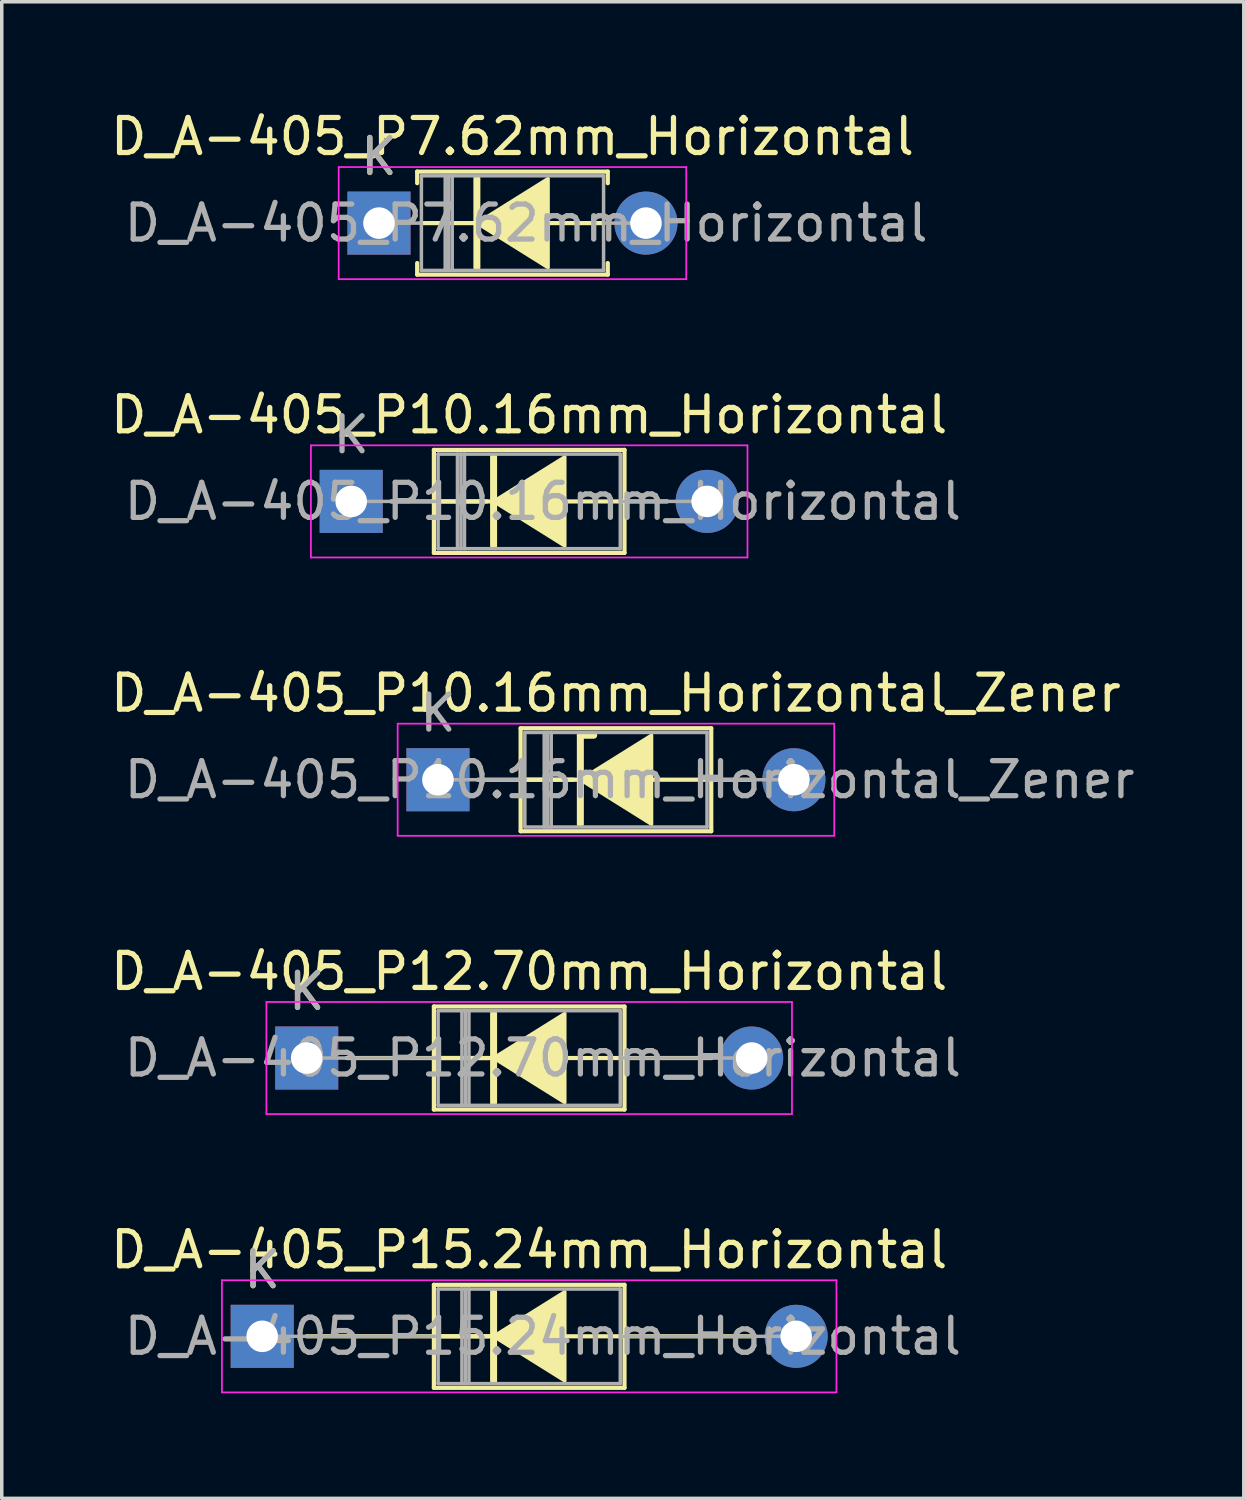
<source format=kicad_pcb>
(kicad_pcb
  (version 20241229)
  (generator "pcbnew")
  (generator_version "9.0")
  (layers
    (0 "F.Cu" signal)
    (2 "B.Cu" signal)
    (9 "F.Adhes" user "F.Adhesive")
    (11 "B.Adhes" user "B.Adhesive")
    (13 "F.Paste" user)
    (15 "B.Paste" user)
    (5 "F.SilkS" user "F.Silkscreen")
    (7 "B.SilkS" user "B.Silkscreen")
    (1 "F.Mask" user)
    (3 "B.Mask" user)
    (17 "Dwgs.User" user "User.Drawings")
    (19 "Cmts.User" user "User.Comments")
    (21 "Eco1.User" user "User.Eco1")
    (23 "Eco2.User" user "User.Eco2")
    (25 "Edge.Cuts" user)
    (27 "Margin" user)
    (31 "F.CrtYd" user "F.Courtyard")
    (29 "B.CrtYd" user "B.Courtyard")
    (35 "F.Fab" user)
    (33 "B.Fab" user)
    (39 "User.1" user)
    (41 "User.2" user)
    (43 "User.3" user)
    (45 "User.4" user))
  (footprint "D_A-405_P10.16mm_Horizontal_Zener"
    (layer "F.Cu")
    (at 9.45 19.205)
    (property "Reference" "D_A-405_P10.16mm_Horizontal_Zener" (at 5.08 -2.47 0) (layer "F.SilkS") (effects (font (size 1 1) (thickness 0.15))))
    (attr through_hole)
    (fp_line (start 1.14 0) (end 2.36 0) (stroke (width 0.12) (type solid)) (layer "F.SilkS"))
    (fp_line (start 2.36 -1.47) (end 2.36 1.47) (stroke (width 0.12) (type solid)) (layer "F.SilkS"))
    (fp_line (start 2.36 1.47) (end 7.8 1.47) (stroke (width 0.12) (type solid)) (layer "F.SilkS"))
    (fp_line (start 2.54 0) (end 4.064 0) (stroke (width 0.12) (type solid)) (layer "F.SilkS"))
    (fp_line (start 3.87 0) (end 2.36 0) (stroke (width 0.12) (type solid)) (layer "F.SilkS"))
    (fp_line (start 4.064 -1.27) (end 4.064 1.27) (stroke (width 0.2) (type solid)) (layer "F.SilkS"))
    (fp_line (start 4.064 -1.27) (end 4.445 -1.27) (stroke (width 0.2) (type solid)) (layer "F.SilkS"))
    (fp_line (start 7.8 -1.47) (end 2.36 -1.47) (stroke (width 0.12) (type solid)) (layer "F.SilkS"))
    (fp_line (start 7.8 0) (end 6.096 0) (stroke (width 0.12) (type solid)) (layer "F.SilkS"))
    (fp_line (start 7.8 1.47) (end 7.8 -1.47) (stroke (width 0.12) (type solid)) (layer "F.SilkS"))
    (fp_line (start 9.02 0) (end 7.8 0) (stroke (width 0.12) (type solid)) (layer "F.SilkS"))
    (fp_poly (pts (xy 6.096 1.27) (xy 4.064 0) (xy 6.096 -1.27)) (stroke (width 0.1) (type solid)) (fill yes) (layer "F.SilkS"))
    (fp_line (start -1.15 -1.6) (end -1.15 1.6) (stroke (width 0.05) (type solid)) (layer "F.CrtYd"))
    (fp_line (start -1.15 1.6) (end 11.31 1.6) (stroke (width 0.05) (type solid)) (layer "F.CrtYd"))
    (fp_line (start 11.31 -1.6) (end -1.15 -1.6) (stroke (width 0.05) (type solid)) (layer "F.CrtYd"))
    (fp_line (start 11.31 1.6) (end 11.31 -1.6) (stroke (width 0.05) (type solid)) (layer "F.CrtYd"))
    (fp_line (start 0 0) (end 2.48 0) (stroke (width 0.1) (type solid)) (layer "F.Fab"))
    (fp_line (start 2.48 -1.35) (end 2.48 1.35) (stroke (width 0.1) (type solid)) (layer "F.Fab"))
    (fp_line (start 2.48 1.35) (end 7.68 1.35) (stroke (width 0.1) (type solid)) (layer "F.Fab"))
    (fp_line (start 3.033 -1.35) (end 3.033 1.35) (stroke (width 0.1) (type solid)) (layer "F.Fab"))
    (fp_line (start 3.133 -1.35) (end 3.133 1.35) (stroke (width 0.1) (type solid)) (layer "F.Fab"))
    (fp_line (start 3.233 -1.35) (end 3.233 1.35) (stroke (width 0.1) (type solid)) (layer "F.Fab"))
    (fp_line (start 7.68 -1.35) (end 2.48 -1.35) (stroke (width 0.1) (type solid)) (layer "F.Fab"))
    (fp_line (start 7.68 1.35) (end 7.68 -1.35) (stroke (width 0.1) (type solid)) (layer "F.Fab"))
    (fp_line (start 10.16 0) (end 7.68 0) (stroke (width 0.1) (type solid)) (layer "F.Fab"))
    (fp_text user "${REFERENCE}" (at 5.47 0 0) (layer "F.Fab") (effects (font (size 1 1) (thickness 0.15))))
    (fp_text user "K" (at 0 -1.9 0) (layer "F.Fab") (effects (font (size 1 1) (thickness 0.15))))
    (pad "1" thru_hole rect (at 0 0) (size 1.8 1.8) (drill 0.9) (layers "*.Cu" "*.Mask"))
    (pad "2" thru_hole oval (at 10.16 0) (size 1.8 1.8) (drill 0.9) (layers "*.Cu" "*.Mask")))
  (footprint "D_A-405_P10.16mm_Horizontal"
    (layer "F.Cu")
    (at 6.974 11.261)
    (property "Reference" "D_A-405_P10.16mm_Horizontal" (at 5.08 -2.47 0) (layer "F.SilkS") (effects (font (size 1 1) (thickness 0.15))))
    (attr through_hole)
    (fp_line (start 1.14 0) (end 2.36 0) (stroke (width 0.12) (type solid)) (layer "F.SilkS"))
    (fp_line (start 2.36 -1.47) (end 2.36 1.47) (stroke (width 0.12) (type solid)) (layer "F.SilkS"))
    (fp_line (start 2.36 1.47) (end 7.8 1.47) (stroke (width 0.12) (type solid)) (layer "F.SilkS"))
    (fp_line (start 2.54 0) (end 4.064 0) (stroke (width 0.12) (type solid)) (layer "F.SilkS"))
    (fp_line (start 3.87 0) (end 2.36 0) (stroke (width 0.12) (type solid)) (layer "F.SilkS"))
    (fp_line (start 4.064 -1.27) (end 4.064 1.27) (stroke (width 0.2) (type solid)) (layer "F.SilkS"))
    (fp_line (start 7.8 -1.47) (end 2.36 -1.47) (stroke (width 0.12) (type solid)) (layer "F.SilkS"))
    (fp_line (start 7.8 0) (end 6.096 0) (stroke (width 0.12) (type solid)) (layer "F.SilkS"))
    (fp_line (start 7.8 1.47) (end 7.8 -1.47) (stroke (width 0.12) (type solid)) (layer "F.SilkS"))
    (fp_line (start 9.02 0) (end 7.8 0) (stroke (width 0.12) (type solid)) (layer "F.SilkS"))
    (fp_poly (pts (xy 6.096 1.27) (xy 4.064 0) (xy 6.096 -1.27)) (stroke (width 0.1) (type solid)) (fill yes) (layer "F.SilkS"))
    (fp_line (start -1.15 -1.6) (end -1.15 1.6) (stroke (width 0.05) (type solid)) (layer "F.CrtYd"))
    (fp_line (start -1.15 1.6) (end 11.31 1.6) (stroke (width 0.05) (type solid)) (layer "F.CrtYd"))
    (fp_line (start 11.31 -1.6) (end -1.15 -1.6) (stroke (width 0.05) (type solid)) (layer "F.CrtYd"))
    (fp_line (start 11.31 1.6) (end 11.31 -1.6) (stroke (width 0.05) (type solid)) (layer "F.CrtYd"))
    (fp_line (start 0 0) (end 2.48 0) (stroke (width 0.1) (type solid)) (layer "F.Fab"))
    (fp_line (start 2.48 -1.35) (end 2.48 1.35) (stroke (width 0.1) (type solid)) (layer "F.Fab"))
    (fp_line (start 2.48 1.35) (end 7.68 1.35) (stroke (width 0.1) (type solid)) (layer "F.Fab"))
    (fp_line (start 3.033 -1.35) (end 3.033 1.35) (stroke (width 0.1) (type solid)) (layer "F.Fab"))
    (fp_line (start 3.133 -1.35) (end 3.133 1.35) (stroke (width 0.1) (type solid)) (layer "F.Fab"))
    (fp_line (start 3.233 -1.35) (end 3.233 1.35) (stroke (width 0.1) (type solid)) (layer "F.Fab"))
    (fp_line (start 7.68 -1.35) (end 2.48 -1.35) (stroke (width 0.1) (type solid)) (layer "F.Fab"))
    (fp_line (start 7.68 1.35) (end 7.68 -1.35) (stroke (width 0.1) (type solid)) (layer "F.Fab"))
    (fp_line (start 10.16 0) (end 7.68 0) (stroke (width 0.1) (type solid)) (layer "F.Fab"))
    (fp_text user "${REFERENCE}" (at 5.47 0 0) (layer "F.Fab") (effects (font (size 1 1) (thickness 0.15))))
    (fp_text user "K" (at 0 -1.9 0) (layer "F.Fab") (effects (font (size 1 1) (thickness 0.15))))
    (pad "1" thru_hole rect (at 0 0) (size 1.8 1.8) (drill 0.9) (layers "*.Cu" "*.Mask"))
    (pad "2" thru_hole oval (at 10.16 0) (size 1.8 1.8) (drill 0.9) (layers "*.Cu" "*.Mask")))
  (footprint "D_A-405_P15.24mm_Horizontal"
    (layer "F.Cu")
    (at 4.434 35.091)
    (property "Reference" "D_A-405_P15.24mm_Horizontal" (at 7.62 -2.47 0) (layer "F.SilkS") (effects (font (size 1 1) (thickness 0.15))))
    (attr through_hole)
    (fp_line (start 1.27 0) (end 4.9 0) (stroke (width 0.12) (type solid)) (layer "F.SilkS"))
    (fp_line (start 4.9 -1.47) (end 4.9 1.47) (stroke (width 0.12) (type solid)) (layer "F.SilkS"))
    (fp_line (start 4.9 0) (end 6.604 0) (stroke (width 0.12) (type solid)) (layer "F.SilkS"))
    (fp_line (start 4.9 1.47) (end 10.34 1.47) (stroke (width 0.12) (type solid)) (layer "F.SilkS"))
    (fp_line (start 6.47 0) (end 5.07 0) (stroke (width 0.12) (type solid)) (layer "F.SilkS"))
    (fp_line (start 6.604 -1.27) (end 6.604 1.27) (stroke (width 0.2) (type solid)) (layer "F.SilkS"))
    (fp_line (start 10.34 -1.47) (end 4.9 -1.47) (stroke (width 0.12) (type solid)) (layer "F.SilkS"))
    (fp_line (start 10.34 0) (end 8.7 0) (stroke (width 0.12) (type solid)) (layer "F.SilkS"))
    (fp_line (start 10.34 1.47) (end 10.34 -1.47) (stroke (width 0.12) (type solid)) (layer "F.SilkS"))
    (fp_line (start 13.97 0) (end 10.34 0) (stroke (width 0.12) (type solid)) (layer "F.SilkS"))
    (fp_poly (pts (xy 8.636 1.27) (xy 6.604 0) (xy 8.636 -1.27)) (stroke (width 0.1) (type solid)) (fill yes) (layer "F.SilkS"))
    (fp_line (start -1.15 -1.6) (end -1.15 1.6) (stroke (width 0.05) (type solid)) (layer "F.CrtYd"))
    (fp_line (start -1.15 1.6) (end 16.39 1.6) (stroke (width 0.05) (type solid)) (layer "F.CrtYd"))
    (fp_line (start 16.39 -1.6) (end -1.15 -1.6) (stroke (width 0.05) (type solid)) (layer "F.CrtYd"))
    (fp_line (start 16.39 1.6) (end 16.39 -1.6) (stroke (width 0.05) (type solid)) (layer "F.CrtYd"))
    (fp_line (start 0 0) (end 5.02 0) (stroke (width 0.1) (type solid)) (layer "F.Fab"))
    (fp_line (start 5.02 -1.35) (end 5.02 1.35) (stroke (width 0.1) (type solid)) (layer "F.Fab"))
    (fp_line (start 5.02 1.35) (end 10.22 1.35) (stroke (width 0.1) (type solid)) (layer "F.Fab"))
    (fp_line (start 5.7 -1.35) (end 5.7 1.35) (stroke (width 0.1) (type solid)) (layer "F.Fab"))
    (fp_line (start 5.8 -1.35) (end 5.8 1.35) (stroke (width 0.1) (type solid)) (layer "F.Fab"))
    (fp_line (start 5.9 -1.35) (end 5.9 1.35) (stroke (width 0.1) (type solid)) (layer "F.Fab"))
    (fp_line (start 10.22 -1.35) (end 5.02 -1.35) (stroke (width 0.1) (type solid)) (layer "F.Fab"))
    (fp_line (start 10.22 1.35) (end 10.22 -1.35) (stroke (width 0.1) (type solid)) (layer "F.Fab"))
    (fp_line (start 15.24 0) (end 10.22 0) (stroke (width 0.1) (type solid)) (layer "F.Fab"))
    (fp_text user "K" (at 0 -1.9 0) (layer "F.SilkS") (effects (font (size 1 1) (thickness 0.15))))
    (fp_text user "${REFERENCE}" (at 8.01 0 0) (layer "F.Fab") (effects (font (size 1 1) (thickness 0.15))))
    (fp_text user "K" (at 0 -1.9 0) (layer "F.Fab") (effects (font (size 1 1) (thickness 0.15))))
    (pad "1" thru_hole rect (at 0 0) (size 1.8 1.8) (drill 0.9) (layers "*.Cu" "*.Mask"))
    (pad "2" thru_hole oval (at 15.24 0) (size 1.8 1.8) (drill 0.9) (layers "*.Cu" "*.Mask")))
  (footprint "D_A-405_P12.70mm_Horizontal"
    (layer "F.Cu")
    (at 5.704 27.148)
    (property "Reference" "D_A-405_P12.70mm_Horizontal" (at 6.35 -2.47 0) (layer "F.SilkS") (effects (font (size 1 1) (thickness 0.15))))
    (attr through_hole)
    (fp_line (start 1.14 0) (end 3.63 0) (stroke (width 0.12) (type solid)) (layer "F.SilkS"))
    (fp_line (start 3.63 -1.47) (end 3.63 1.47) (stroke (width 0.12) (type solid)) (layer "F.SilkS"))
    (fp_line (start 3.63 0) (end 5.2 0) (stroke (width 0.12) (type solid)) (layer "F.SilkS"))
    (fp_line (start 3.63 1.47) (end 9.07 1.47) (stroke (width 0.12) (type solid)) (layer "F.SilkS"))
    (fp_line (start 5.334 -1.27) (end 5.334 1.27) (stroke (width 0.2) (type solid)) (layer "F.SilkS"))
    (fp_line (start 5.334 0) (end 3.8 0) (stroke (width 0.12) (type solid)) (layer "F.SilkS"))
    (fp_line (start 9.07 -1.47) (end 3.63 -1.47) (stroke (width 0.12) (type solid)) (layer "F.SilkS"))
    (fp_line (start 9.07 0) (end 7.429 0) (stroke (width 0.12) (type solid)) (layer "F.SilkS"))
    (fp_line (start 9.07 1.47) (end 9.07 -1.47) (stroke (width 0.12) (type solid)) (layer "F.SilkS"))
    (fp_line (start 11.56 0) (end 9.07 0) (stroke (width 0.12) (type solid)) (layer "F.SilkS"))
    (fp_poly (pts (xy 7.366 1.27) (xy 5.334 0) (xy 7.366 -1.27)) (stroke (width 0.1) (type solid)) (fill yes) (layer "F.SilkS"))
    (fp_line (start -1.15 -1.6) (end -1.15 1.6) (stroke (width 0.05) (type solid)) (layer "F.CrtYd"))
    (fp_line (start -1.15 1.6) (end 13.85 1.6) (stroke (width 0.05) (type solid)) (layer "F.CrtYd"))
    (fp_line (start 13.85 -1.6) (end -1.15 -1.6) (stroke (width 0.05) (type solid)) (layer "F.CrtYd"))
    (fp_line (start 13.85 1.6) (end 13.85 -1.6) (stroke (width 0.05) (type solid)) (layer "F.CrtYd"))
    (fp_line (start 0 0) (end 3.75 0) (stroke (width 0.1) (type solid)) (layer "F.Fab"))
    (fp_line (start 3.75 -1.35) (end 3.75 1.35) (stroke (width 0.1) (type solid)) (layer "F.Fab"))
    (fp_line (start 3.75 1.35) (end 8.95 1.35) (stroke (width 0.1) (type solid)) (layer "F.Fab"))
    (fp_line (start 4.43 -1.35) (end 4.43 1.35) (stroke (width 0.1) (type solid)) (layer "F.Fab"))
    (fp_line (start 4.53 -1.35) (end 4.53 1.35) (stroke (width 0.1) (type solid)) (layer "F.Fab"))
    (fp_line (start 4.63 -1.35) (end 4.63 1.35) (stroke (width 0.1) (type solid)) (layer "F.Fab"))
    (fp_line (start 8.95 -1.35) (end 3.75 -1.35) (stroke (width 0.1) (type solid)) (layer "F.Fab"))
    (fp_line (start 8.95 1.35) (end 8.95 -1.35) (stroke (width 0.1) (type solid)) (layer "F.Fab"))
    (fp_line (start 12.7 0) (end 8.95 0) (stroke (width 0.1) (type solid)) (layer "F.Fab"))
    (fp_text user "K" (at 0 -1.9 0) (layer "F.SilkS") (effects (font (size 1 1) (thickness 0.15))))
    (fp_text user "K" (at 0 -1.9 0) (layer "F.Fab") (effects (font (size 1 1) (thickness 0.15))))
    (fp_text user "${REFERENCE}" (at 6.74 0 0) (layer "F.Fab") (effects (font (size 1 1) (thickness 0.15))))
    (pad "1" thru_hole rect (at 0 0) (size 1.8 1.8) (drill 0.9) (layers "*.Cu" "*.Mask"))
    (pad "2" thru_hole oval (at 12.7 0) (size 1.8 1.8) (drill 0.9) (layers "*.Cu" "*.Mask")))
  (footprint "D_A-405_P7.62mm_Horizontal"
    (layer "F.Cu")
    (at 7.767 3.318)
    (property "Reference" "D_A-405_P7.62mm_Horizontal" (at 3.81 -2.47 0) (layer "F.SilkS") (effects (font (size 1 1) (thickness 0.15))))
    (attr through_hole)
    (fp_line (start 1.09 -1.47) (end 6.53 -1.47) (stroke (width 0.12) (type solid)) (layer "F.SilkS"))
    (fp_line (start 1.09 -1.14) (end 1.09 -1.47) (stroke (width 0.12) (type solid)) (layer "F.SilkS"))
    (fp_line (start 1.09 1.14) (end 1.09 1.47) (stroke (width 0.12) (type solid)) (layer "F.SilkS"))
    (fp_line (start 1.09 1.47) (end 6.53 1.47) (stroke (width 0.12) (type solid)) (layer "F.SilkS"))
    (fp_line (start 1.2 0) (end 2.794 0) (stroke (width 0.12) (type solid)) (layer "F.SilkS"))
    (fp_line (start 2.794 -1.27) (end 2.794 1.27) (stroke (width 0.2) (type solid)) (layer "F.SilkS"))
    (fp_line (start 6.4 0) (end 4.826 0) (stroke (width 0.12) (type solid)) (layer "F.SilkS"))
    (fp_line (start 6.53 -1.47) (end 6.53 -1.14) (stroke (width 0.12) (type solid)) (layer "F.SilkS"))
    (fp_line (start 6.53 1.47) (end 6.53 1.14) (stroke (width 0.12) (type solid)) (layer "F.SilkS"))
    (fp_poly (pts (xy 4.826 1.27) (xy 2.794 0) (xy 4.826 -1.27)) (stroke (width 0.1) (type solid)) (fill yes) (layer "F.SilkS"))
    (fp_line (start -1.15 -1.6) (end -1.15 1.6) (stroke (width 0.05) (type solid)) (layer "F.CrtYd"))
    (fp_line (start -1.15 1.6) (end 8.77 1.6) (stroke (width 0.05) (type solid)) (layer "F.CrtYd"))
    (fp_line (start 8.77 -1.6) (end -1.15 -1.6) (stroke (width 0.05) (type solid)) (layer "F.CrtYd"))
    (fp_line (start 8.77 1.6) (end 8.77 -1.6) (stroke (width 0.05) (type solid)) (layer "F.CrtYd"))
    (fp_line (start 0 0) (end 1.21 0) (stroke (width 0.1) (type solid)) (layer "F.Fab"))
    (fp_line (start 1.21 -1.35) (end 1.21 1.35) (stroke (width 0.1) (type solid)) (layer "F.Fab"))
    (fp_line (start 1.21 1.35) (end 6.41 1.35) (stroke (width 0.1) (type solid)) (layer "F.Fab"))
    (fp_line (start 1.89 -1.35) (end 1.89 1.35) (stroke (width 0.1) (type solid)) (layer "F.Fab"))
    (fp_line (start 1.99 -1.35) (end 1.99 1.35) (stroke (width 0.1) (type solid)) (layer "F.Fab"))
    (fp_line (start 2.09 -1.35) (end 2.09 1.35) (stroke (width 0.1) (type solid)) (layer "F.Fab"))
    (fp_line (start 6.41 -1.35) (end 1.21 -1.35) (stroke (width 0.1) (type solid)) (layer "F.Fab"))
    (fp_line (start 6.41 1.35) (end 6.41 -1.35) (stroke (width 0.1) (type solid)) (layer "F.Fab"))
    (fp_line (start 7.62 0) (end 6.41 0) (stroke (width 0.1) (type solid)) (layer "F.Fab"))
    (fp_text user "K" (at 0 -1.9 0) (layer "F.SilkS") (effects (font (size 1 1) (thickness 0.15))))
    (fp_text user "${REFERENCE}" (at 4.2 0 0) (layer "F.Fab") (effects (font (size 1 1) (thickness 0.15))))
    (fp_text user "K" (at 0 -1.9 0) (layer "F.Fab") (effects (font (size 1 1) (thickness 0.15))))
    (pad "1" thru_hole rect (at 0 0) (size 1.8 1.8) (drill 0.9) (layers "*.Cu" "*.Mask"))
    (pad "2" thru_hole oval (at 7.62 0) (size 1.8 1.8) (drill 0.9) (layers "*.Cu" "*.Mask")))
  (gr_rect
    (start -3 -3)
    (end 32.45 39.716)
    (stroke (width 0.1) (type default))
    (fill no)
    (layer "Edge.Cuts")))
</source>
